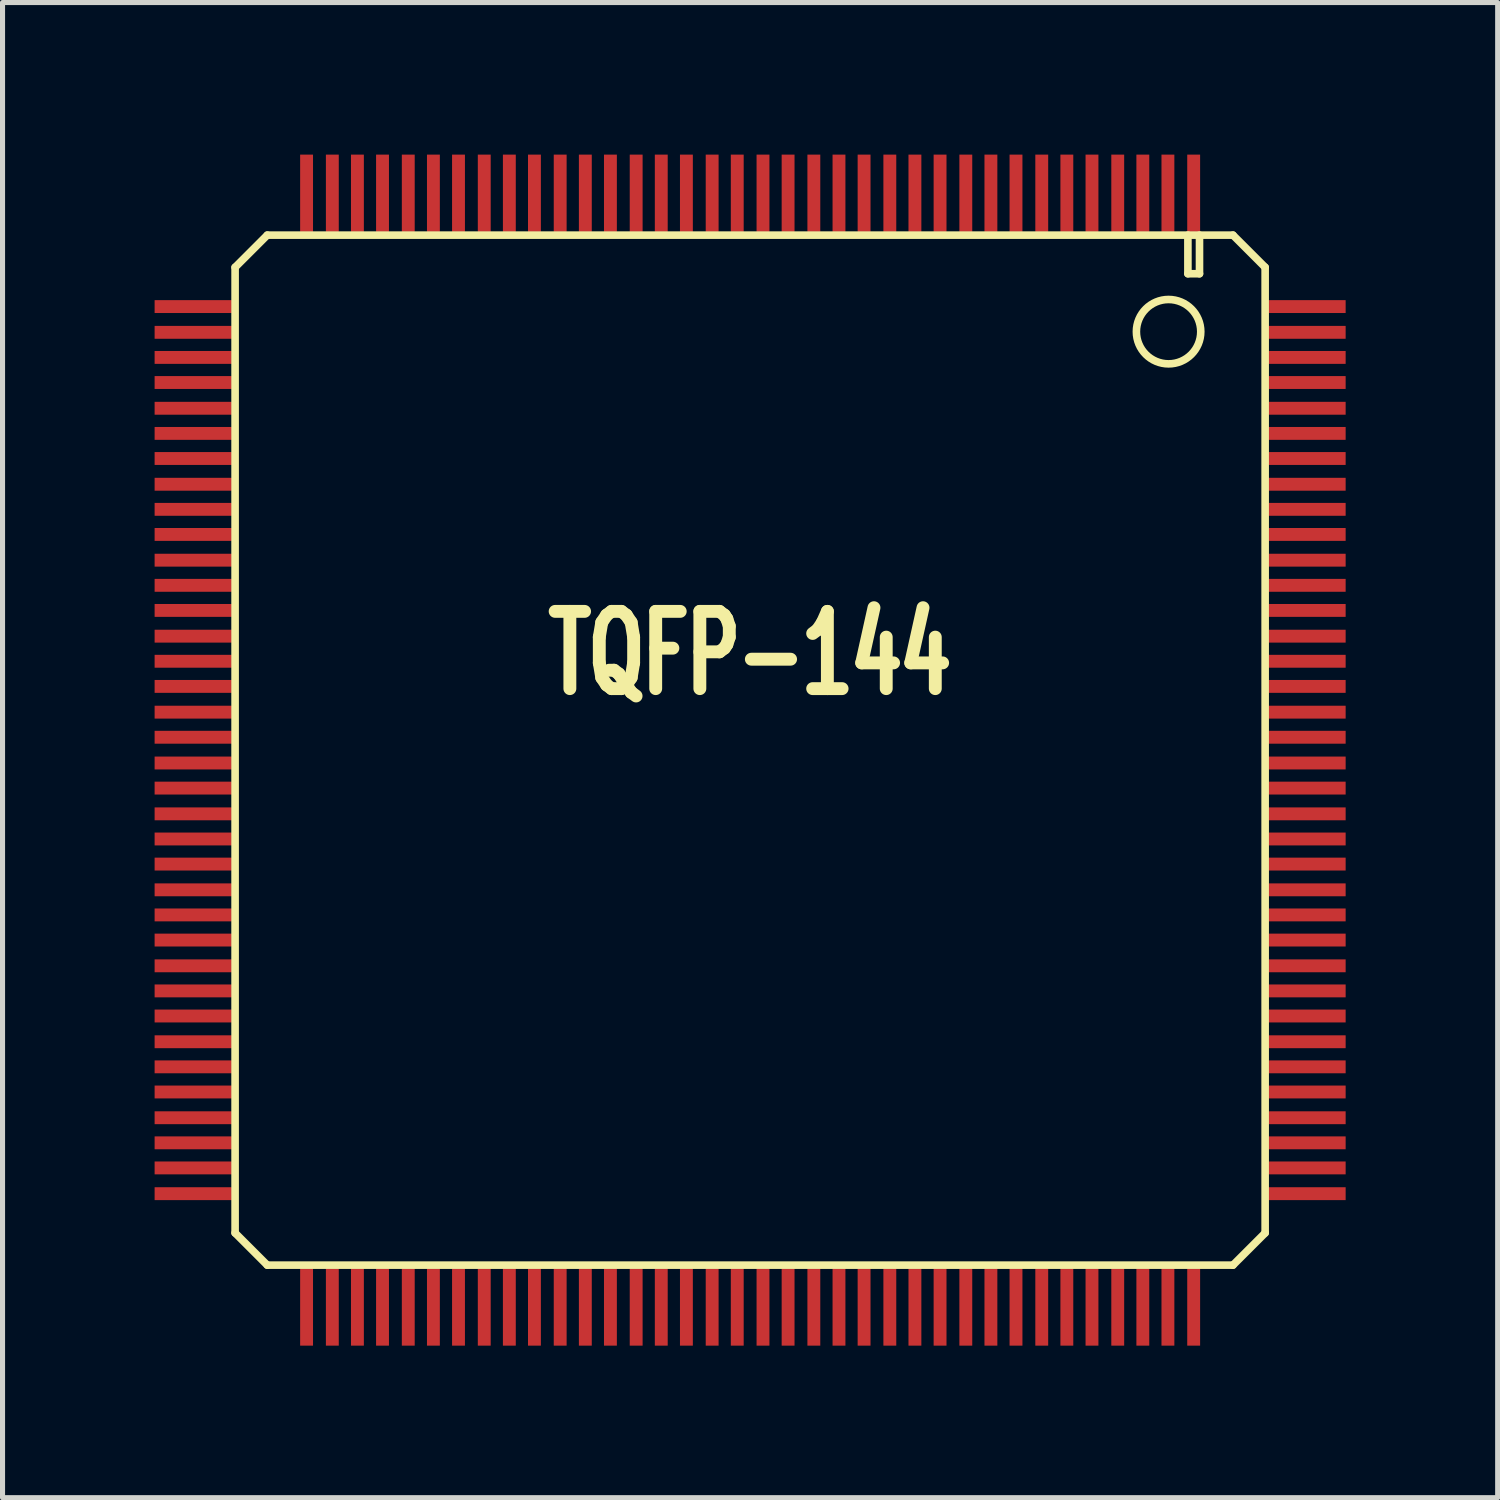
<source format=kicad_pcb>
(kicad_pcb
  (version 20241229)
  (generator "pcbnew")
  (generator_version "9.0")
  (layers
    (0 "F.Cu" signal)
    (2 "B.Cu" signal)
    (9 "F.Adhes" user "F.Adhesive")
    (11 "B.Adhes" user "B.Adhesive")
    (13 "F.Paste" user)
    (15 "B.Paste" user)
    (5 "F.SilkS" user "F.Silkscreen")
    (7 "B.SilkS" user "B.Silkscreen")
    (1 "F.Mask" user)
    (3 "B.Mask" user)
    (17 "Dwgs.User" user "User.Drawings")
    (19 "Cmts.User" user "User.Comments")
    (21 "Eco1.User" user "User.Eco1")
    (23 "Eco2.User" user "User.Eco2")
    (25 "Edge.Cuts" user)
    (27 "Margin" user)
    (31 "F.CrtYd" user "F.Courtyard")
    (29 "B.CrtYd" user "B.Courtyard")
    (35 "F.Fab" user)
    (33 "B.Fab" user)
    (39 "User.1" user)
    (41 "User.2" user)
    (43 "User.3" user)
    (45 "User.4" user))
  (footprint "TQFP-144"
    (layer "F.Cu")
    (at 11.748 11.748)
    (property "Reference" "TQFP-144" (at 0 -1.905 0) (layer "F.SilkS") (effects (font (size 1.524 1.016) (thickness 0.305))))
    (attr smd)
    (fp_line (start -10.16 -9.525) (end -10.16 9.525) (stroke (width 0.15) (type solid)) (layer "F.SilkS"))
    (fp_line (start -10.16 9.525) (end -9.525 10.16) (stroke (width 0.15) (type solid)) (layer "F.SilkS"))
    (fp_line (start -9.525 -10.16) (end -10.16 -9.525) (stroke (width 0.15) (type solid)) (layer "F.SilkS"))
    (fp_line (start -9.525 10.16) (end 9.525 10.16) (stroke (width 0.15) (type solid)) (layer "F.SilkS"))
    (fp_line (start 8.636 -10.16) (end 8.636 -9.398) (stroke (width 0.15) (type solid)) (layer "F.SilkS"))
    (fp_line (start 8.636 -9.398) (end 8.865 -9.398) (stroke (width 0.15) (type solid)) (layer "F.SilkS"))
    (fp_line (start 8.865 -9.398) (end 8.865 -10.16) (stroke (width 0.15) (type solid)) (layer "F.SilkS"))
    (fp_line (start 9.525 -10.16) (end -9.525 -10.16) (stroke (width 0.15) (type solid)) (layer "F.SilkS"))
    (fp_line (start 9.525 10.16) (end 10.16 9.525) (stroke (width 0.15) (type solid)) (layer "F.SilkS"))
    (fp_line (start 10.16 -9.525) (end 9.525 -10.16) (stroke (width 0.15) (type solid)) (layer "F.SilkS"))
    (fp_line (start 10.16 9.525) (end 10.16 -9.525) (stroke (width 0.15) (type solid)) (layer "F.SilkS"))
    (fp_circle (center 8.255 -8.255) (end 8.255 -8.89) (stroke (width 0.15) (type solid)) (fill no) (layer "F.SilkS"))
    (pad "1" smd rect (at 8.75 -10.986) (size 0.254 1.524) (layers "F.Cu" "F.Mask" "F.Paste"))
    (pad "2" smd rect (at 8.242 -10.986) (size 0.254 1.524) (layers "F.Cu" "F.Mask" "F.Paste"))
    (pad "3" smd rect (at 7.747 -10.986) (size 0.254 1.524) (layers "F.Cu" "F.Mask" "F.Paste"))
    (pad "4" smd rect (at 7.252 -10.986) (size 0.254 1.524) (layers "F.Cu" "F.Mask" "F.Paste"))
    (pad "5" smd rect (at 6.744 -10.986) (size 0.254 1.524) (layers "F.Cu" "F.Mask" "F.Paste"))
    (pad "6" smd rect (at 6.248 -10.986) (size 0.254 1.524) (layers "F.Cu" "F.Mask" "F.Paste"))
    (pad "7" smd rect (at 5.753 -10.986) (size 0.254 1.524) (layers "F.Cu" "F.Mask" "F.Paste"))
    (pad "8" smd rect (at 5.245 -10.986) (size 0.254 1.524) (layers "F.Cu" "F.Mask" "F.Paste"))
    (pad "9" smd rect (at 4.75 -10.986) (size 0.254 1.524) (layers "F.Cu" "F.Mask" "F.Paste"))
    (pad "10" smd rect (at 4.255 -10.986) (size 0.254 1.524) (layers "F.Cu" "F.Mask" "F.Paste"))
    (pad "11" smd rect (at 3.747 -10.986) (size 0.254 1.524) (layers "F.Cu" "F.Mask" "F.Paste"))
    (pad "12" smd rect (at 3.251 -10.986) (size 0.254 1.524) (layers "F.Cu" "F.Mask" "F.Paste"))
    (pad "13" smd rect (at 2.756 -10.986) (size 0.254 1.524) (layers "F.Cu" "F.Mask" "F.Paste"))
    (pad "14" smd rect (at 2.248 -10.986) (size 0.254 1.524) (layers "F.Cu" "F.Mask" "F.Paste"))
    (pad "15" smd rect (at 1.753 -10.986) (size 0.254 1.524) (layers "F.Cu" "F.Mask" "F.Paste"))
    (pad "16" smd rect (at 1.257 -10.986) (size 0.254 1.524) (layers "F.Cu" "F.Mask" "F.Paste"))
    (pad "17" smd rect (at 0.749 -10.986) (size 0.254 1.524) (layers "F.Cu" "F.Mask" "F.Paste"))
    (pad "18" smd rect (at 0.254 -10.986) (size 0.254 1.524) (layers "F.Cu" "F.Mask" "F.Paste"))
    (pad "19" smd rect (at -0.254 -10.986) (size 0.254 1.524) (layers "F.Cu" "F.Mask" "F.Paste"))
    (pad "20" smd rect (at -0.749 -10.986) (size 0.254 1.524) (layers "F.Cu" "F.Mask" "F.Paste"))
    (pad "21" smd rect (at -1.257 -10.986) (size 0.254 1.524) (layers "F.Cu" "F.Mask" "F.Paste"))
    (pad "22" smd rect (at -1.753 -10.986) (size 0.254 1.524) (layers "F.Cu" "F.Mask" "F.Paste"))
    (pad "23" smd rect (at -2.248 -10.986) (size 0.254 1.524) (layers "F.Cu" "F.Mask" "F.Paste"))
    (pad "24" smd rect (at -2.756 -10.986) (size 0.254 1.524) (layers "F.Cu" "F.Mask" "F.Paste"))
    (pad "25" smd rect (at -3.251 -10.986) (size 0.254 1.524) (layers "F.Cu" "F.Mask" "F.Paste"))
    (pad "26" smd rect (at -3.747 -10.986) (size 0.254 1.524) (layers "F.Cu" "F.Mask" "F.Paste"))
    (pad "27" smd rect (at -4.255 -10.986) (size 0.254 1.524) (layers "F.Cu" "F.Mask" "F.Paste"))
    (pad "28" smd rect (at -4.75 -10.986) (size 0.254 1.524) (layers "F.Cu" "F.Mask" "F.Paste"))
    (pad "29" smd rect (at -5.245 -10.986) (size 0.254 1.524) (layers "F.Cu" "F.Mask" "F.Paste"))
    (pad "30" smd rect (at -5.753 -10.986) (size 0.254 1.524) (layers "F.Cu" "F.Mask" "F.Paste"))
    (pad "31" smd rect (at -6.248 -10.986) (size 0.254 1.524) (layers "F.Cu" "F.Mask" "F.Paste"))
    (pad "32" smd rect (at -6.744 -10.986) (size 0.254 1.524) (layers "F.Cu" "F.Mask" "F.Paste"))
    (pad "33" smd rect (at -7.252 -10.986) (size 0.254 1.524) (layers "F.Cu" "F.Mask" "F.Paste"))
    (pad "34" smd rect (at -7.747 -10.986) (size 0.254 1.524) (layers "F.Cu" "F.Mask" "F.Paste"))
    (pad "35" smd rect (at -8.242 -10.986) (size 0.254 1.524) (layers "F.Cu" "F.Mask" "F.Paste"))
    (pad "36" smd rect (at -8.75 -10.986) (size 0.254 1.524) (layers "F.Cu" "F.Mask" "F.Paste"))
    (pad "37" smd rect (at -10.986 -8.75) (size 1.524 0.254) (layers "F.Cu" "F.Mask" "F.Paste"))
    (pad "38" smd rect (at -10.986 -8.242) (size 1.524 0.254) (layers "F.Cu" "F.Mask" "F.Paste"))
    (pad "39" smd rect (at -10.986 -7.747) (size 1.524 0.254) (layers "F.Cu" "F.Mask" "F.Paste"))
    (pad "40" smd rect (at -10.986 -7.252) (size 1.524 0.254) (layers "F.Cu" "F.Mask" "F.Paste"))
    (pad "41" smd rect (at -10.986 -6.744) (size 1.524 0.254) (layers "F.Cu" "F.Mask" "F.Paste"))
    (pad "42" smd rect (at -10.986 -6.248) (size 1.524 0.254) (layers "F.Cu" "F.Mask" "F.Paste"))
    (pad "43" smd rect (at -10.986 -5.753) (size 1.524 0.254) (layers "F.Cu" "F.Mask" "F.Paste"))
    (pad "44" smd rect (at -10.986 -5.245) (size 1.524 0.254) (layers "F.Cu" "F.Mask" "F.Paste"))
    (pad "45" smd rect (at -10.986 -4.75) (size 1.524 0.254) (layers "F.Cu" "F.Mask" "F.Paste"))
    (pad "46" smd rect (at -10.986 -4.255) (size 1.524 0.254) (layers "F.Cu" "F.Mask" "F.Paste"))
    (pad "47" smd rect (at -10.986 -3.747) (size 1.524 0.254) (layers "F.Cu" "F.Mask" "F.Paste"))
    (pad "48" smd rect (at -10.986 -3.251) (size 1.524 0.254) (layers "F.Cu" "F.Mask" "F.Paste"))
    (pad "49" smd rect (at -10.986 -2.756) (size 1.524 0.254) (layers "F.Cu" "F.Mask" "F.Paste"))
    (pad "50" smd rect (at -10.986 -2.248) (size 1.524 0.254) (layers "F.Cu" "F.Mask" "F.Paste"))
    (pad "51" smd rect (at -10.986 -1.753) (size 1.524 0.254) (layers "F.Cu" "F.Mask" "F.Paste"))
    (pad "52" smd rect (at -10.986 -1.257) (size 1.524 0.254) (layers "F.Cu" "F.Mask" "F.Paste"))
    (pad "53" smd rect (at -10.986 -0.749) (size 1.524 0.254) (layers "F.Cu" "F.Mask" "F.Paste"))
    (pad "54" smd rect (at -10.986 -0.254) (size 1.524 0.254) (layers "F.Cu" "F.Mask" "F.Paste"))
    (pad "55" smd rect (at -10.986 0.254) (size 1.524 0.254) (layers "F.Cu" "F.Mask" "F.Paste"))
    (pad "56" smd rect (at -10.986 0.749) (size 1.524 0.254) (layers "F.Cu" "F.Mask" "F.Paste"))
    (pad "57" smd rect (at -10.986 1.257) (size 1.524 0.254) (layers "F.Cu" "F.Mask" "F.Paste"))
    (pad "58" smd rect (at -10.986 1.753) (size 1.524 0.254) (layers "F.Cu" "F.Mask" "F.Paste"))
    (pad "59" smd rect (at -10.986 2.248) (size 1.524 0.254) (layers "F.Cu" "F.Mask" "F.Paste"))
    (pad "60" smd rect (at -10.986 2.756) (size 1.524 0.254) (layers "F.Cu" "F.Mask" "F.Paste"))
    (pad "61" smd rect (at -10.986 3.251) (size 1.524 0.254) (layers "F.Cu" "F.Mask" "F.Paste"))
    (pad "62" smd rect (at -10.986 3.747) (size 1.524 0.254) (layers "F.Cu" "F.Mask" "F.Paste"))
    (pad "63" smd rect (at -10.986 4.255) (size 1.524 0.254) (layers "F.Cu" "F.Mask" "F.Paste"))
    (pad "64" smd rect (at -10.986 4.75) (size 1.524 0.254) (layers "F.Cu" "F.Mask" "F.Paste"))
    (pad "65" smd rect (at -10.986 5.245) (size 1.524 0.254) (layers "F.Cu" "F.Mask" "F.Paste"))
    (pad "66" smd rect (at -10.986 5.753) (size 1.524 0.254) (layers "F.Cu" "F.Mask" "F.Paste"))
    (pad "67" smd rect (at -10.986 6.248) (size 1.524 0.254) (layers "F.Cu" "F.Mask" "F.Paste"))
    (pad "68" smd rect (at -10.986 6.744) (size 1.524 0.254) (layers "F.Cu" "F.Mask" "F.Paste"))
    (pad "69" smd rect (at -10.986 7.252) (size 1.524 0.254) (layers "F.Cu" "F.Mask" "F.Paste"))
    (pad "70" smd rect (at -10.986 7.747) (size 1.524 0.254) (layers "F.Cu" "F.Mask" "F.Paste"))
    (pad "71" smd rect (at -10.986 8.242) (size 1.524 0.254) (layers "F.Cu" "F.Mask" "F.Paste"))
    (pad "72" smd rect (at -10.986 8.75) (size 1.524 0.254) (layers "F.Cu" "F.Mask" "F.Paste"))
    (pad "73" smd rect (at -8.75 10.986) (size 0.254 1.524) (layers "F.Cu" "F.Mask" "F.Paste"))
    (pad "74" smd rect (at -8.242 10.986) (size 0.254 1.524) (layers "F.Cu" "F.Mask" "F.Paste"))
    (pad "75" smd rect (at -7.747 10.986) (size 0.254 1.524) (layers "F.Cu" "F.Mask" "F.Paste"))
    (pad "76" smd rect (at -7.252 10.986) (size 0.254 1.524) (layers "F.Cu" "F.Mask" "F.Paste"))
    (pad "77" smd rect (at -6.744 10.986) (size 0.254 1.524) (layers "F.Cu" "F.Mask" "F.Paste"))
    (pad "78" smd rect (at -6.248 10.986) (size 0.254 1.524) (layers "F.Cu" "F.Mask" "F.Paste"))
    (pad "79" smd rect (at -5.753 10.986) (size 0.254 1.524) (layers "F.Cu" "F.Mask" "F.Paste"))
    (pad "80" smd rect (at -5.245 10.986) (size 0.254 1.524) (layers "F.Cu" "F.Mask" "F.Paste"))
    (pad "81" smd rect (at -4.75 10.986) (size 0.254 1.524) (layers "F.Cu" "F.Mask" "F.Paste"))
    (pad "82" smd rect (at -4.255 10.986) (size 0.254 1.524) (layers "F.Cu" "F.Mask" "F.Paste"))
    (pad "83" smd rect (at -3.747 10.986) (size 0.254 1.524) (layers "F.Cu" "F.Mask" "F.Paste"))
    (pad "84" smd rect (at -3.251 10.986) (size 0.254 1.524) (layers "F.Cu" "F.Mask" "F.Paste"))
    (pad "85" smd rect (at -2.756 10.986) (size 0.254 1.524) (layers "F.Cu" "F.Mask" "F.Paste"))
    (pad "86" smd rect (at -2.248 10.986) (size 0.254 1.524) (layers "F.Cu" "F.Mask" "F.Paste"))
    (pad "87" smd rect (at -1.753 10.986) (size 0.254 1.524) (layers "F.Cu" "F.Mask" "F.Paste"))
    (pad "88" smd rect (at -1.257 10.986) (size 0.254 1.524) (layers "F.Cu" "F.Mask" "F.Paste"))
    (pad "89" smd rect (at -0.749 10.986) (size 0.254 1.524) (layers "F.Cu" "F.Mask" "F.Paste"))
    (pad "90" smd rect (at -0.254 10.986) (size 0.254 1.524) (layers "F.Cu" "F.Mask" "F.Paste"))
    (pad "91" smd rect (at 0.254 10.986) (size 0.254 1.524) (layers "F.Cu" "F.Mask" "F.Paste"))
    (pad "92" smd rect (at 0.749 10.986) (size 0.254 1.524) (layers "F.Cu" "F.Mask" "F.Paste"))
    (pad "93" smd rect (at 1.257 10.986) (size 0.254 1.524) (layers "F.Cu" "F.Mask" "F.Paste"))
    (pad "94" smd rect (at 1.753 10.986) (size 0.254 1.524) (layers "F.Cu" "F.Mask" "F.Paste"))
    (pad "95" smd rect (at 2.248 10.986) (size 0.254 1.524) (layers "F.Cu" "F.Mask" "F.Paste"))
    (pad "96" smd rect (at 2.756 10.986) (size 0.254 1.524) (layers "F.Cu" "F.Mask" "F.Paste"))
    (pad "97" smd rect (at 3.251 10.986) (size 0.254 1.524) (layers "F.Cu" "F.Mask" "F.Paste"))
    (pad "98" smd rect (at 3.747 10.986) (size 0.254 1.524) (layers "F.Cu" "F.Mask" "F.Paste"))
    (pad "99" smd rect (at 4.255 10.986) (size 0.254 1.524) (layers "F.Cu" "F.Mask" "F.Paste"))
    (pad "100" smd rect (at 4.75 10.986) (size 0.254 1.524) (layers "F.Cu" "F.Mask" "F.Paste"))
    (pad "101" smd rect (at 5.245 10.986) (size 0.254 1.524) (layers "F.Cu" "F.Mask" "F.Paste"))
    (pad "102" smd rect (at 5.753 10.986) (size 0.254 1.524) (layers "F.Cu" "F.Mask" "F.Paste"))
    (pad "103" smd rect (at 6.248 10.986) (size 0.254 1.524) (layers "F.Cu" "F.Mask" "F.Paste"))
    (pad "104" smd rect (at 6.744 10.986) (size 0.254 1.524) (layers "F.Cu" "F.Mask" "F.Paste"))
    (pad "105" smd rect (at 7.252 10.986) (size 0.254 1.524) (layers "F.Cu" "F.Mask" "F.Paste"))
    (pad "106" smd rect (at 7.747 10.986) (size 0.254 1.524) (layers "F.Cu" "F.Mask" "F.Paste"))
    (pad "107" smd rect (at 8.242 10.986) (size 0.254 1.524) (layers "F.Cu" "F.Mask" "F.Paste"))
    (pad "108" smd rect (at 8.75 10.986) (size 0.254 1.524) (layers "F.Cu" "F.Mask" "F.Paste"))
    (pad "109" smd rect (at 10.986 8.75) (size 1.524 0.254) (layers "F.Cu" "F.Mask" "F.Paste"))
    (pad "110" smd rect (at 10.986 8.242) (size 1.524 0.254) (layers "F.Cu" "F.Mask" "F.Paste"))
    (pad "111" smd rect (at 10.986 7.747) (size 1.524 0.254) (layers "F.Cu" "F.Mask" "F.Paste"))
    (pad "112" smd rect (at 10.986 7.252) (size 1.524 0.254) (layers "F.Cu" "F.Mask" "F.Paste"))
    (pad "113" smd rect (at 10.986 6.744) (size 1.524 0.254) (layers "F.Cu" "F.Mask" "F.Paste"))
    (pad "114" smd rect (at 10.986 6.248) (size 1.524 0.254) (layers "F.Cu" "F.Mask" "F.Paste"))
    (pad "115" smd rect (at 10.986 5.753) (size 1.524 0.254) (layers "F.Cu" "F.Mask" "F.Paste"))
    (pad "116" smd rect (at 10.986 5.245) (size 1.524 0.254) (layers "F.Cu" "F.Mask" "F.Paste"))
    (pad "117" smd rect (at 10.986 4.75) (size 1.524 0.254) (layers "F.Cu" "F.Mask" "F.Paste"))
    (pad "118" smd rect (at 10.986 4.255) (size 1.524 0.254) (layers "F.Cu" "F.Mask" "F.Paste"))
    (pad "119" smd rect (at 10.986 3.747) (size 1.524 0.254) (layers "F.Cu" "F.Mask" "F.Paste"))
    (pad "120" smd rect (at 10.986 3.251) (size 1.524 0.254) (layers "F.Cu" "F.Mask" "F.Paste"))
    (pad "121" smd rect (at 10.986 2.756) (size 1.524 0.254) (layers "F.Cu" "F.Mask" "F.Paste"))
    (pad "122" smd rect (at 10.986 2.248) (size 1.524 0.254) (layers "F.Cu" "F.Mask" "F.Paste"))
    (pad "123" smd rect (at 10.986 1.753) (size 1.524 0.254) (layers "F.Cu" "F.Mask" "F.Paste"))
    (pad "124" smd rect (at 10.986 1.257) (size 1.524 0.254) (layers "F.Cu" "F.Mask" "F.Paste"))
    (pad "125" smd rect (at 10.986 0.749) (size 1.524 0.254) (layers "F.Cu" "F.Mask" "F.Paste"))
    (pad "126" smd rect (at 10.986 0.254) (size 1.524 0.254) (layers "F.Cu" "F.Mask" "F.Paste"))
    (pad "127" smd rect (at 10.986 -0.254) (size 1.524 0.254) (layers "F.Cu" "F.Mask" "F.Paste"))
    (pad "128" smd rect (at 10.986 -0.749) (size 1.524 0.254) (layers "F.Cu" "F.Mask" "F.Paste"))
    (pad "129" smd rect (at 10.986 -1.257) (size 1.524 0.254) (layers "F.Cu" "F.Mask" "F.Paste"))
    (pad "130" smd rect (at 10.986 -1.753) (size 1.524 0.254) (layers "F.Cu" "F.Mask" "F.Paste"))
    (pad "131" smd rect (at 10.986 -2.248) (size 1.524 0.254) (layers "F.Cu" "F.Mask" "F.Paste"))
    (pad "132" smd rect (at 10.986 -2.756) (size 1.524 0.254) (layers "F.Cu" "F.Mask" "F.Paste"))
    (pad "133" smd rect (at 10.986 -3.251) (size 1.524 0.254) (layers "F.Cu" "F.Mask" "F.Paste"))
    (pad "134" smd rect (at 10.986 -3.747) (size 1.524 0.254) (layers "F.Cu" "F.Mask" "F.Paste"))
    (pad "135" smd rect (at 10.986 -4.255) (size 1.524 0.254) (layers "F.Cu" "F.Mask" "F.Paste"))
    (pad "136" smd rect (at 10.986 -4.75) (size 1.524 0.254) (layers "F.Cu" "F.Mask" "F.Paste"))
    (pad "137" smd rect (at 10.986 -5.245) (size 1.524 0.254) (layers "F.Cu" "F.Mask" "F.Paste"))
    (pad "138" smd rect (at 10.986 -5.753) (size 1.524 0.254) (layers "F.Cu" "F.Mask" "F.Paste"))
    (pad "139" smd rect (at 10.986 -6.248) (size 1.524 0.254) (layers "F.Cu" "F.Mask" "F.Paste"))
    (pad "140" smd rect (at 10.986 -6.744) (size 1.524 0.254) (layers "F.Cu" "F.Mask" "F.Paste"))
    (pad "141" smd rect (at 10.986 -7.252) (size 1.524 0.254) (layers "F.Cu" "F.Mask" "F.Paste"))
    (pad "142" smd rect (at 10.986 -7.747) (size 1.524 0.254) (layers "F.Cu" "F.Mask" "F.Paste"))
    (pad "143" smd rect (at 10.986 -8.242) (size 1.524 0.254) (layers "F.Cu" "F.Mask" "F.Paste"))
    (pad "144" smd rect (at 10.986 -8.75) (size 1.524 0.254) (layers "F.Cu" "F.Mask" "F.Paste")))
  (gr_rect
    (start -3 -3)
    (end 26.495 26.495)
    (stroke (width 0.1) (type default))
    (fill no)
    (layer "Edge.Cuts")))
</source>
